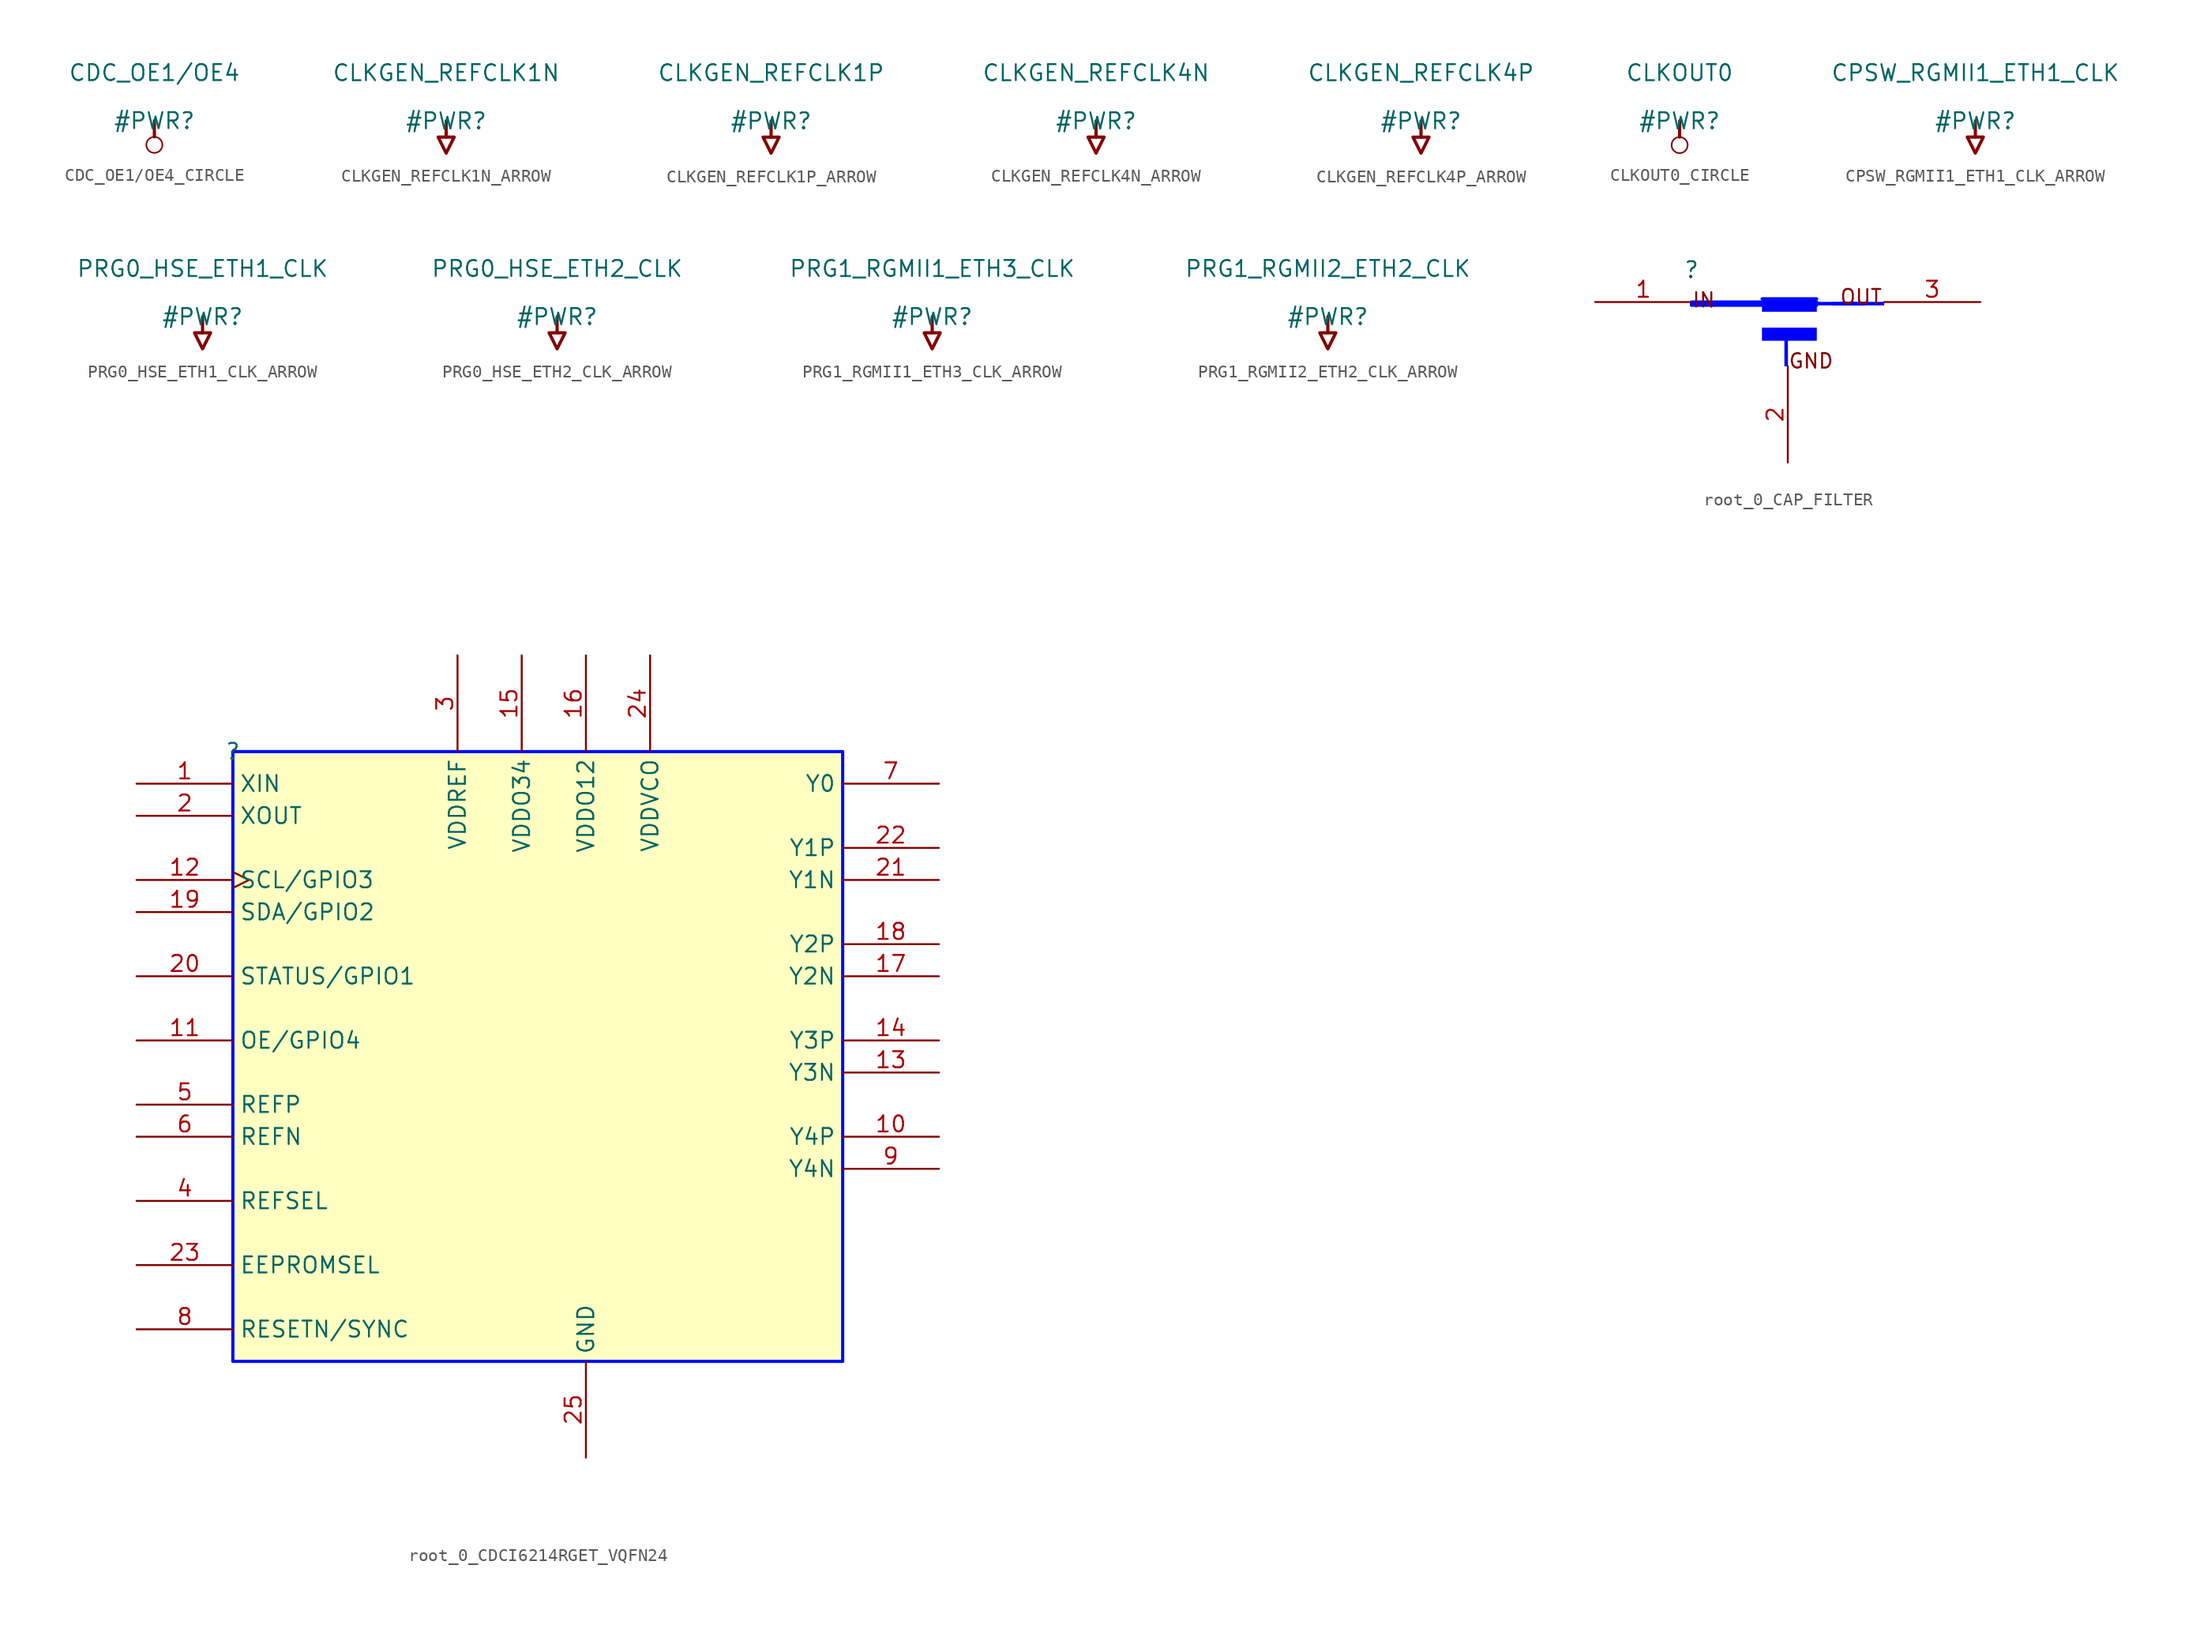
<source format=kicad_sym>
(kicad_symbol_lib
  (version 20231120)
  (generator "kicad_symbol_editor")
  (generator_version "8.0")
  (symbol "CDC_OE1/OE4_CIRCLE"
    (power)
    (property "Reference" "#PWR"
      (at 0 0 0)
      (effects (font (size 1.27 1.27))))
    (property "Value" "CDC_OE1/OE4"
      (at 0 3.81 0)
      (effects (font (size 1.27 1.27))))
    (symbol "CDC_OE1/OE4_CIRCLE_0_0"
      (circle (center 0 -1.905) (radius 0.635) (stroke (width 0.127) (type solid)) (fill (type none)))
      (polyline (pts (xy 0 0) (xy 0 -1.27)) (stroke (width 0.254) (type solid)) (fill (type none)))
      (pin power_in line (at 0 0 0) (length 0) hide (name "CDC_OE1/OE4" (effects (font (size 1.27 1.27)))) (number "" (effects (font (size 1.27 1.27)))))))
  (symbol "CLKGEN_REFCLK1N_ARROW"
    (power)
    (property "Reference" "#PWR"
      (at 0 0 0)
      (effects (font (size 1.27 1.27))))
    (property "Value" "CLKGEN_REFCLK1N"
      (at 0 3.81 0)
      (effects (font (size 1.27 1.27))))
    (symbol "CLKGEN_REFCLK1N_ARROW_0_0"
      (polyline (pts (xy 0 0) (xy 0 -1.27)) (stroke (width 0.254) (type solid)) (fill (type none)))
      (polyline (pts (xy -0.635 -1.27) (xy 0.635 -1.27) (xy 0 -2.54) (xy -0.635 -1.27)) (stroke (width 0.254) (type solid)) (fill (type none)))
      (pin power_in line (at 0 0 0) (length 0) hide (name "CLKGEN_REFCLK1N" (effects (font (size 1.27 1.27)))) (number "" (effects (font (size 1.27 1.27)))))))
  (symbol "CLKGEN_REFCLK1P_ARROW"
    (power)
    (property "Reference" "#PWR"
      (at 0 0 0)
      (effects (font (size 1.27 1.27))))
    (property "Value" "CLKGEN_REFCLK1P"
      (at 0 3.81 0)
      (effects (font (size 1.27 1.27))))
    (symbol "CLKGEN_REFCLK1P_ARROW_0_0"
      (polyline (pts (xy 0 0) (xy 0 -1.27)) (stroke (width 0.254) (type solid)) (fill (type none)))
      (polyline (pts (xy -0.635 -1.27) (xy 0.635 -1.27) (xy 0 -2.54) (xy -0.635 -1.27)) (stroke (width 0.254) (type solid)) (fill (type none)))
      (pin power_in line (at 0 0 0) (length 0) hide (name "CLKGEN_REFCLK1P" (effects (font (size 1.27 1.27)))) (number "" (effects (font (size 1.27 1.27)))))))
  (symbol "CLKGEN_REFCLK4N_ARROW"
    (power)
    (property "Reference" "#PWR"
      (at 0 0 0)
      (effects (font (size 1.27 1.27))))
    (property "Value" "CLKGEN_REFCLK4N"
      (at 0 3.81 0)
      (effects (font (size 1.27 1.27))))
    (symbol "CLKGEN_REFCLK4N_ARROW_0_0"
      (polyline (pts (xy 0 0) (xy 0 -1.27)) (stroke (width 0.254) (type solid)) (fill (type none)))
      (polyline (pts (xy -0.635 -1.27) (xy 0.635 -1.27) (xy 0 -2.54) (xy -0.635 -1.27)) (stroke (width 0.254) (type solid)) (fill (type none)))
      (pin power_in line (at 0 0 0) (length 0) hide (name "CLKGEN_REFCLK4N" (effects (font (size 1.27 1.27)))) (number "" (effects (font (size 1.27 1.27)))))))
  (symbol "CLKGEN_REFCLK4P_ARROW"
    (power)
    (property "Reference" "#PWR"
      (at 0 0 0)
      (effects (font (size 1.27 1.27))))
    (property "Value" "CLKGEN_REFCLK4P"
      (at 0 3.81 0)
      (effects (font (size 1.27 1.27))))
    (symbol "CLKGEN_REFCLK4P_ARROW_0_0"
      (polyline (pts (xy 0 0) (xy 0 -1.27)) (stroke (width 0.254) (type solid)) (fill (type none)))
      (polyline (pts (xy -0.635 -1.27) (xy 0.635 -1.27) (xy 0 -2.54) (xy -0.635 -1.27)) (stroke (width 0.254) (type solid)) (fill (type none)))
      (pin power_in line (at 0 0 0) (length 0) hide (name "CLKGEN_REFCLK4P" (effects (font (size 1.27 1.27)))) (number "" (effects (font (size 1.27 1.27)))))))
  (symbol "CLKOUT0_CIRCLE"
    (power)
    (property "Reference" "#PWR"
      (at 0 0 0)
      (effects (font (size 1.27 1.27))))
    (property "Value" "CLKOUT0"
      (at 0 3.81 0)
      (effects (font (size 1.27 1.27))))
    (symbol "CLKOUT0_CIRCLE_0_0"
      (circle (center 0 -1.905) (radius 0.635) (stroke (width 0.127) (type solid)) (fill (type none)))
      (polyline (pts (xy 0 0) (xy 0 -1.27)) (stroke (width 0.254) (type solid)) (fill (type none)))
      (pin power_in line (at 0 0 0) (length 0) hide (name "CLKOUT0" (effects (font (size 1.27 1.27)))) (number "" (effects (font (size 1.27 1.27)))))))
  (symbol "CPSW_RGMII1_ETH1_CLK_ARROW"
    (power)
    (property "Reference" "#PWR"
      (at 0 0 0)
      (effects (font (size 1.27 1.27))))
    (property "Value" "CPSW_RGMII1_ETH1_CLK"
      (at 0 3.81 0)
      (effects (font (size 1.27 1.27))))
    (symbol "CPSW_RGMII1_ETH1_CLK_ARROW_0_0"
      (polyline (pts (xy 0 0) (xy 0 -1.27)) (stroke (width 0.254) (type solid)) (fill (type none)))
      (polyline (pts (xy -0.635 -1.27) (xy 0.635 -1.27) (xy 0 -2.54) (xy -0.635 -1.27)) (stroke (width 0.254) (type solid)) (fill (type none)))
      (pin power_in line (at 0 0 0) (length 0) hide (name "CPSW_RGMII1_ETH1_CLK" (effects (font (size 1.27 1.27)))) (number "" (effects (font (size 1.27 1.27)))))))
  (symbol "PRG0_HSE_ETH1_CLK_ARROW"
    (power)
    (property "Reference" "#PWR"
      (at 0 0 0)
      (effects (font (size 1.27 1.27))))
    (property "Value" "PRG0_HSE_ETH1_CLK"
      (at 0 3.81 0)
      (effects (font (size 1.27 1.27))))
    (symbol "PRG0_HSE_ETH1_CLK_ARROW_0_0"
      (polyline (pts (xy 0 0) (xy 0 -1.27)) (stroke (width 0.254) (type solid)) (fill (type none)))
      (polyline (pts (xy -0.635 -1.27) (xy 0.635 -1.27) (xy 0 -2.54) (xy -0.635 -1.27)) (stroke (width 0.254) (type solid)) (fill (type none)))
      (pin power_in line (at 0 0 0) (length 0) hide (name "PRG0_HSE_ETH1_CLK" (effects (font (size 1.27 1.27)))) (number "" (effects (font (size 1.27 1.27)))))))
  (symbol "PRG0_HSE_ETH2_CLK_ARROW"
    (power)
    (property "Reference" "#PWR"
      (at 0 0 0)
      (effects (font (size 1.27 1.27))))
    (property "Value" "PRG0_HSE_ETH2_CLK"
      (at 0 3.81 0)
      (effects (font (size 1.27 1.27))))
    (symbol "PRG0_HSE_ETH2_CLK_ARROW_0_0"
      (polyline (pts (xy 0 0) (xy 0 -1.27)) (stroke (width 0.254) (type solid)) (fill (type none)))
      (polyline (pts (xy -0.635 -1.27) (xy 0.635 -1.27) (xy 0 -2.54) (xy -0.635 -1.27)) (stroke (width 0.254) (type solid)) (fill (type none)))
      (pin power_in line (at 0 0 0) (length 0) hide (name "PRG0_HSE_ETH2_CLK" (effects (font (size 1.27 1.27)))) (number "" (effects (font (size 1.27 1.27)))))))
  (symbol "PRG1_RGMII1_ETH3_CLK_ARROW"
    (power)
    (property "Reference" "#PWR"
      (at 0 0 0)
      (effects (font (size 1.27 1.27))))
    (property "Value" "PRG1_RGMII1_ETH3_CLK"
      (at 0 3.81 0)
      (effects (font (size 1.27 1.27))))
    (symbol "PRG1_RGMII1_ETH3_CLK_ARROW_0_0"
      (polyline (pts (xy 0 0) (xy 0 -1.27)) (stroke (width 0.254) (type solid)) (fill (type none)))
      (polyline (pts (xy -0.635 -1.27) (xy 0.635 -1.27) (xy 0 -2.54) (xy -0.635 -1.27)) (stroke (width 0.254) (type solid)) (fill (type none)))
      (pin power_in line (at 0 0 0) (length 0) hide (name "PRG1_RGMII1_ETH3_CLK" (effects (font (size 1.27 1.27)))) (number "" (effects (font (size 1.27 1.27)))))))
  (symbol "PRG1_RGMII2_ETH2_CLK_ARROW"
    (power)
    (property "Reference" "#PWR"
      (at 0 0 0)
      (effects (font (size 1.27 1.27))))
    (property "Value" "PRG1_RGMII2_ETH2_CLK"
      (at 0 3.81 0)
      (effects (font (size 1.27 1.27))))
    (symbol "PRG1_RGMII2_ETH2_CLK_ARROW_0_0"
      (polyline (pts (xy 0 0) (xy 0 -1.27)) (stroke (width 0.254) (type solid)) (fill (type none)))
      (polyline (pts (xy -0.635 -1.27) (xy 0.635 -1.27) (xy 0 -2.54) (xy -0.635 -1.27)) (stroke (width 0.254) (type solid)) (fill (type none)))
      (pin power_in line (at 0 0 0) (length 0) hide (name "PRG1_RGMII2_ETH2_CLK" (effects (font (size 1.27 1.27)))) (number "" (effects (font (size 1.27 1.27)))))))
  (symbol "root_0_CAP_FILTER"
    (property "Reference" ""
      (at 0 0 0)
      (effects (font (size 1.27 1.27))))
    (property "Value" ""
      (at 0 0 0)
      (effects (font (size 1.27 1.27))))
    (symbol "root_0_CAP_FILTER_1_0"
      (polyline (pts (xy 9.906 -2.794) (xy 9.906 -2.794) (xy 9.906 -2.54)) (stroke (width 0.254) (type solid) (color 0 11 255 1)) (fill (type none)))
      (polyline (pts (xy 9.906 -2.286) (xy 9.906 -2.286) (xy 5.588 -2.286)) (stroke (width 0.254) (type solid) (color 0 11 255 1)) (fill (type none)))
      (polyline (pts (xy 5.588 -4.572) (xy 5.588 -4.572) (xy 5.588 -5.588) (xy 9.906 -5.588) (xy 9.906 -4.572) (xy 9.906 -4.572) (xy 5.588 -4.572)) (stroke (width 0.025) (type solid) (color 0 11 255 1)) (fill (type color) (color 0 0 255 1)))
      (polyline (pts (xy 5.588 -2.286) (xy 5.588 -2.286) (xy 5.588 -3.302) (xy 9.906 -3.302) (xy 9.906 -2.286) (xy 9.906 -2.286) (xy 5.588 -2.286)) (stroke (width 0.025) (type solid) (color 0 11 255 1)) (fill (type color) (color 0 0 255 1)))
      (polyline (pts (xy 7.366 -5.588) (xy 7.366 -5.588) (xy 7.62 -5.588) (xy 7.62 -7.62) (xy 7.366 -7.62) (xy 7.366 -7.62) (xy 7.366 -5.588)) (stroke (width 0.025) (type solid) (color 0 11 255 1)) (fill (type color) (color 0 0 255 1)))
      (polyline (pts (xy 9.652 -2.54) (xy 9.652 -2.54) (xy 13.716 -2.54) (xy 13.716 -2.794) (xy 9.652 -2.794) (xy 9.652 -2.794) (xy 9.652 -2.54)) (stroke (width 0.025) (type solid) (color 0 11 255 1)) (fill (type color) (color 0 0 255 1)))
      (polyline (pts (xy 11.176 -2.54) (xy 11.176 -2.54) (xy 15.24 -2.54) (xy 15.24 -2.794) (xy 11.176 -2.794) (xy 11.176 -2.794) (xy 11.176 -2.54)) (stroke (width 0.025) (type solid) (color 0 11 255 1)) (fill (type color) (color 0 0 255 1)))
      (rectangle (start 5.588 -2.54) (end 0 -2.794) (stroke (width 0.254) (type solid) (color 0 11 255 1)) (fill (type background)))
      (text "GND" (at 7.62 -7.874 0) (effects (font (size 1.143 1.143)) (justify left bottom)))
      (text "IN" (at 0 -3.048 0) (effects (font (size 1.143 1.143)) (justify left bottom)))
      (text "OUT" (at 11.684 -2.794 0) (effects (font (size 1.143 1.143)) (justify left bottom)))
      (pin passive line (at -7.62 -2.54 0) (length 7.62) (name "IN" (effects (font (size 0 0)))) (number "1" (effects (font (size 1.27 1.27)))))
      (pin power_in line (at 7.62 -15.24 90) (length 7.62) (name "GND1" (effects (font (size 0 0)))) (number "2" (effects (font (size 1.27 1.27)))))
      (pin passive line (at 22.86 -2.54 180) (length 7.62) (name "OUT" (effects (font (size 0 0)))) (number "3" (effects (font (size 1.27 1.27)))))))
  (symbol "root_0_CDCI6214RGET_VQFN24"
    (property "Reference" ""
      (at 0 0 0)
      (effects (font (size 1.27 1.27))))
    (property "Value" ""
      (at 0 0 0)
      (effects (font (size 1.27 1.27))))
    (symbol "root_0_CDCI6214RGET_VQFN24_1_0"
      (rectangle (start 48.26 0) (end 0 -48.26) (stroke (width 0.254) (type solid) (color 0 11 255 1)) (fill (type background)))
      (pin input line (at -7.62 -2.54 0) (length 7.62) (name "XIN" (effects (font (size 1.27 1.27)))) (number "1" (effects (font (size 1.27 1.27)))))
      (pin output line (at 55.88 -30.48 180) (length 7.62) (name "Y4P" (effects (font (size 1.27 1.27)))) (number "10" (effects (font (size 1.27 1.27)))))
      (pin passive line (at -7.62 -22.86 0) (length 7.62) (name "OE/GPIO4" (effects (font (size 1.27 1.27)))) (number "11" (effects (font (size 1.27 1.27)))))
      (pin input clock (at -7.62 -10.16 0) (length 7.62) (name "SCL/GPIO3" (effects (font (size 1.27 1.27)))) (number "12" (effects (font (size 1.27 1.27)))))
      (pin output line (at 55.88 -25.4 180) (length 7.62) (name "Y3N" (effects (font (size 1.27 1.27)))) (number "13" (effects (font (size 1.27 1.27)))))
      (pin output line (at 55.88 -22.86 180) (length 7.62) (name "Y3P" (effects (font (size 1.27 1.27)))) (number "14" (effects (font (size 1.27 1.27)))))
      (pin power_in line (at 22.86 7.62 270) (length 7.62) (name "VDDO34" (effects (font (size 1.27 1.27)))) (number "15" (effects (font (size 1.27 1.27)))))
      (pin power_in line (at 27.94 7.62 270) (length 7.62) (name "VDDO12" (effects (font (size 1.27 1.27)))) (number "16" (effects (font (size 1.27 1.27)))))
      (pin output line (at 55.88 -17.78 180) (length 7.62) (name "Y2N" (effects (font (size 1.27 1.27)))) (number "17" (effects (font (size 1.27 1.27)))))
      (pin output line (at 55.88 -15.24 180) (length 7.62) (name "Y2P" (effects (font (size 1.27 1.27)))) (number "18" (effects (font (size 1.27 1.27)))))
      (pin bidirectional line (at -7.62 -12.7 0) (length 7.62) (name "SDA/GPIO2" (effects (font (size 1.27 1.27)))) (number "19" (effects (font (size 1.27 1.27)))))
      (pin bidirectional line (at -7.62 -5.08 0) (length 7.62) (name "XOUT" (effects (font (size 1.27 1.27)))) (number "2" (effects (font (size 1.27 1.27)))))
      (pin passive line (at -7.62 -17.78 0) (length 7.62) (name "STATUS/GPIO1" (effects (font (size 1.27 1.27)))) (number "20" (effects (font (size 1.27 1.27)))))
      (pin output line (at 55.88 -10.16 180) (length 7.62) (name "Y1N" (effects (font (size 1.27 1.27)))) (number "21" (effects (font (size 1.27 1.27)))))
      (pin output line (at 55.88 -7.62 180) (length 7.62) (name "Y1P" (effects (font (size 1.27 1.27)))) (number "22" (effects (font (size 1.27 1.27)))))
      (pin passive line (at -7.62 -40.64 0) (length 7.62) (name "EEPROMSEL" (effects (font (size 1.27 1.27)))) (number "23" (effects (font (size 1.27 1.27)))))
      (pin power_in line (at 33.02 7.62 270) (length 7.62) (name "VDDVCO" (effects (font (size 1.27 1.27)))) (number "24" (effects (font (size 1.27 1.27)))))
      (pin power_in line (at 27.94 -55.88 90) (length 7.62) (name "GND" (effects (font (size 1.27 1.27)))) (number "25" (effects (font (size 1.27 1.27)))))
      (pin power_in line (at 17.78 7.62 270) (length 7.62) (name "VDDREF" (effects (font (size 1.27 1.27)))) (number "3" (effects (font (size 1.27 1.27)))))
      (pin passive line (at -7.62 -35.56 0) (length 7.62) (name "REFSEL" (effects (font (size 1.27 1.27)))) (number "4" (effects (font (size 1.27 1.27)))))
      (pin passive line (at -7.62 -27.94 0) (length 7.62) (name "REFP" (effects (font (size 1.27 1.27)))) (number "5" (effects (font (size 1.27 1.27)))))
      (pin passive line (at -7.62 -30.48 0) (length 7.62) (name "REFN" (effects (font (size 1.27 1.27)))) (number "6" (effects (font (size 1.27 1.27)))))
      (pin output line (at 55.88 -2.54 180) (length 7.62) (name "Y0" (effects (font (size 1.27 1.27)))) (number "7" (effects (font (size 1.27 1.27)))))
      (pin passive line (at -7.62 -45.72 0) (length 7.62) (name "RESETN/SYNC" (effects (font (size 1.27 1.27)))) (number "8" (effects (font (size 1.27 1.27)))))
      (pin output line (at 55.88 -33.02 180) (length 7.62) (name "Y4N" (effects (font (size 1.27 1.27)))) (number "9" (effects (font (size 1.27 1.27))))))))
</source>
